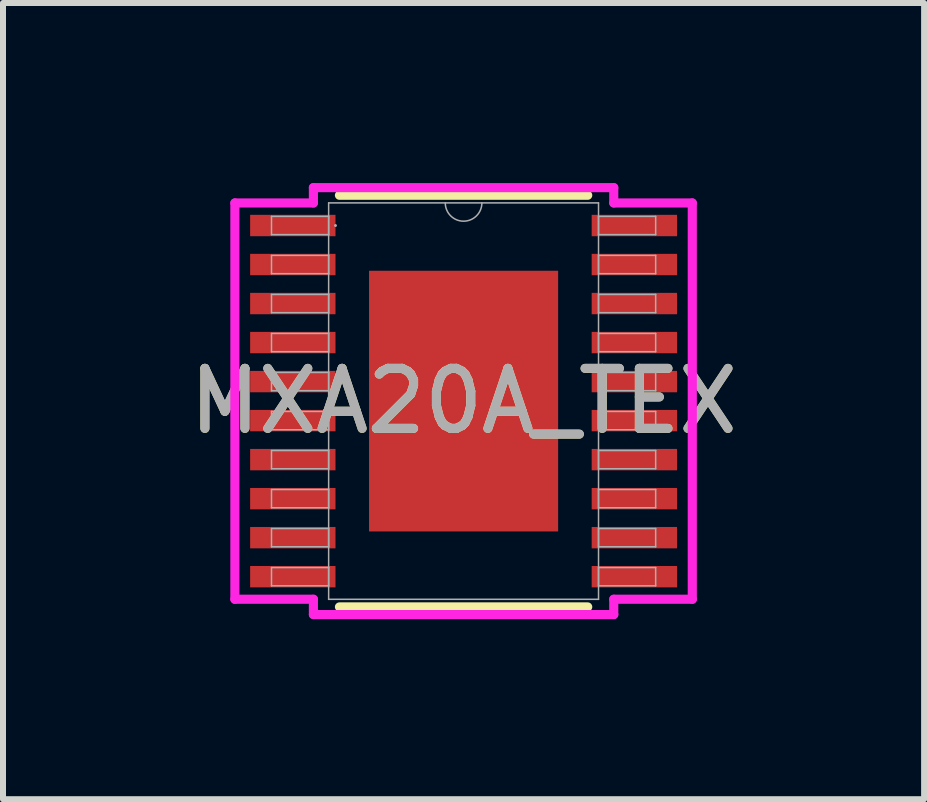
<source format=kicad_pcb>
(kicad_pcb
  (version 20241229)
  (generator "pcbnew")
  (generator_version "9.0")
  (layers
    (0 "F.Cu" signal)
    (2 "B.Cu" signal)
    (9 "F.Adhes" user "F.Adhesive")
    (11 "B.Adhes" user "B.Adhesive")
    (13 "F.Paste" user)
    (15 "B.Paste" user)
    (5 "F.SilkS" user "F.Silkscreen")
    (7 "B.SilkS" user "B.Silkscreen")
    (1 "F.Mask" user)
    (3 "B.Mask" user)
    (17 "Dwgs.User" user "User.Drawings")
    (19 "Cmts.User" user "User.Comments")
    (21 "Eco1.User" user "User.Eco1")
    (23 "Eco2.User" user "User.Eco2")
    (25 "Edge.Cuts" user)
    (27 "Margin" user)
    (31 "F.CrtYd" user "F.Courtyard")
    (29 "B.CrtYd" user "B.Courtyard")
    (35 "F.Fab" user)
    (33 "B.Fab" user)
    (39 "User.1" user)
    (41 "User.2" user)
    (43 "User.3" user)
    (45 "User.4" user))
  (footprint "MXA20A_TEX"
    (layer "F.Cu")
    (at 4.673 3.632)
    (property "Reference" "MXA20A_TEX" (at 0 0 0) (unlocked yes) (layer "F.SilkS") (effects (font (size 1 1) (thickness 0.15))))
    (attr smd)
    (fp_line (start -2.068 3.429) (end 2.068 3.429) (stroke (width 0.152) (type solid)) (layer "F.SilkS"))
    (fp_line (start 2.068 -3.429) (end -2.068 -3.429) (stroke (width 0.152) (type solid)) (layer "F.SilkS"))
    (fp_line (start -3.81 -3.301) (end -2.502 -3.301) (stroke (width 0.152) (type solid)) (layer "F.CrtYd"))
    (fp_line (start -3.81 3.301) (end -3.81 -3.301) (stroke (width 0.152) (type solid)) (layer "F.CrtYd"))
    (fp_line (start -3.81 3.301) (end -2.502 3.301) (stroke (width 0.152) (type solid)) (layer "F.CrtYd"))
    (fp_line (start -2.502 -3.556) (end 2.502 -3.556) (stroke (width 0.152) (type solid)) (layer "F.CrtYd"))
    (fp_line (start -2.502 -3.301) (end -2.502 -3.556) (stroke (width 0.152) (type solid)) (layer "F.CrtYd"))
    (fp_line (start -2.502 3.556) (end -2.502 3.301) (stroke (width 0.152) (type solid)) (layer "F.CrtYd"))
    (fp_line (start 2.502 -3.556) (end 2.502 -3.301) (stroke (width 0.152) (type solid)) (layer "F.CrtYd"))
    (fp_line (start 2.502 3.301) (end 2.502 3.556) (stroke (width 0.152) (type solid)) (layer "F.CrtYd"))
    (fp_line (start 2.502 3.556) (end -2.502 3.556) (stroke (width 0.152) (type solid)) (layer "F.CrtYd"))
    (fp_line (start 3.81 -3.301) (end 2.502 -3.301) (stroke (width 0.152) (type solid)) (layer "F.CrtYd"))
    (fp_line (start 3.81 -3.301) (end 3.81 3.301) (stroke (width 0.152) (type solid)) (layer "F.CrtYd"))
    (fp_line (start 3.81 3.301) (end 2.502 3.301) (stroke (width 0.152) (type solid)) (layer "F.CrtYd"))
    (fp_line (start -3.2 -3.077) (end -3.2 -2.773) (stroke (width 0.025) (type solid)) (layer "F.Fab"))
    (fp_line (start -3.2 -2.773) (end -2.248 -2.773) (stroke (width 0.025) (type solid)) (layer "F.Fab"))
    (fp_line (start -3.2 -2.427) (end -3.2 -2.123) (stroke (width 0.025) (type solid)) (layer "F.Fab"))
    (fp_line (start -3.2 -2.123) (end -2.248 -2.123) (stroke (width 0.025) (type solid)) (layer "F.Fab"))
    (fp_line (start -3.2 -1.777) (end -3.2 -1.473) (stroke (width 0.025) (type solid)) (layer "F.Fab"))
    (fp_line (start -3.2 -1.473) (end -2.248 -1.473) (stroke (width 0.025) (type solid)) (layer "F.Fab"))
    (fp_line (start -3.2 -1.127) (end -3.2 -0.823) (stroke (width 0.025) (type solid)) (layer "F.Fab"))
    (fp_line (start -3.2 -0.823) (end -2.248 -0.823) (stroke (width 0.025) (type solid)) (layer "F.Fab"))
    (fp_line (start -3.2 -0.477) (end -3.2 -0.173) (stroke (width 0.025) (type solid)) (layer "F.Fab"))
    (fp_line (start -3.2 -0.173) (end -2.248 -0.173) (stroke (width 0.025) (type solid)) (layer "F.Fab"))
    (fp_line (start -3.2 0.173) (end -3.2 0.477) (stroke (width 0.025) (type solid)) (layer "F.Fab"))
    (fp_line (start -3.2 0.477) (end -2.248 0.477) (stroke (width 0.025) (type solid)) (layer "F.Fab"))
    (fp_line (start -3.2 0.823) (end -3.2 1.127) (stroke (width 0.025) (type solid)) (layer "F.Fab"))
    (fp_line (start -3.2 1.127) (end -2.248 1.127) (stroke (width 0.025) (type solid)) (layer "F.Fab"))
    (fp_line (start -3.2 1.473) (end -3.2 1.777) (stroke (width 0.025) (type solid)) (layer "F.Fab"))
    (fp_line (start -3.2 1.777) (end -2.248 1.777) (stroke (width 0.025) (type solid)) (layer "F.Fab"))
    (fp_line (start -3.2 2.123) (end -3.2 2.427) (stroke (width 0.025) (type solid)) (layer "F.Fab"))
    (fp_line (start -3.2 2.427) (end -2.248 2.427) (stroke (width 0.025) (type solid)) (layer "F.Fab"))
    (fp_line (start -3.2 2.773) (end -3.2 3.077) (stroke (width 0.025) (type solid)) (layer "F.Fab"))
    (fp_line (start -3.2 3.077) (end -2.248 3.077) (stroke (width 0.025) (type solid)) (layer "F.Fab"))
    (fp_line (start -2.248 -3.302) (end -2.248 3.302) (stroke (width 0.025) (type solid)) (layer "F.Fab"))
    (fp_line (start -2.248 -3.077) (end -3.2 -3.077) (stroke (width 0.025) (type solid)) (layer "F.Fab"))
    (fp_line (start -2.248 -2.773) (end -2.248 -3.077) (stroke (width 0.025) (type solid)) (layer "F.Fab"))
    (fp_line (start -2.248 -2.427) (end -3.2 -2.427) (stroke (width 0.025) (type solid)) (layer "F.Fab"))
    (fp_line (start -2.248 -2.123) (end -2.248 -2.427) (stroke (width 0.025) (type solid)) (layer "F.Fab"))
    (fp_line (start -2.248 -1.777) (end -3.2 -1.777) (stroke (width 0.025) (type solid)) (layer "F.Fab"))
    (fp_line (start -2.248 -1.473) (end -2.248 -1.777) (stroke (width 0.025) (type solid)) (layer "F.Fab"))
    (fp_line (start -2.248 -1.127) (end -3.2 -1.127) (stroke (width 0.025) (type solid)) (layer "F.Fab"))
    (fp_line (start -2.248 -0.823) (end -2.248 -1.127) (stroke (width 0.025) (type solid)) (layer "F.Fab"))
    (fp_line (start -2.248 -0.477) (end -3.2 -0.477) (stroke (width 0.025) (type solid)) (layer "F.Fab"))
    (fp_line (start -2.248 -0.173) (end -2.248 -0.477) (stroke (width 0.025) (type solid)) (layer "F.Fab"))
    (fp_line (start -2.248 0.173) (end -3.2 0.173) (stroke (width 0.025) (type solid)) (layer "F.Fab"))
    (fp_line (start -2.248 0.477) (end -2.248 0.173) (stroke (width 0.025) (type solid)) (layer "F.Fab"))
    (fp_line (start -2.248 0.823) (end -3.2 0.823) (stroke (width 0.025) (type solid)) (layer "F.Fab"))
    (fp_line (start -2.248 1.127) (end -2.248 0.823) (stroke (width 0.025) (type solid)) (layer "F.Fab"))
    (fp_line (start -2.248 1.473) (end -3.2 1.473) (stroke (width 0.025) (type solid)) (layer "F.Fab"))
    (fp_line (start -2.248 1.777) (end -2.248 1.473) (stroke (width 0.025) (type solid)) (layer "F.Fab"))
    (fp_line (start -2.248 2.123) (end -3.2 2.123) (stroke (width 0.025) (type solid)) (layer "F.Fab"))
    (fp_line (start -2.248 2.427) (end -2.248 2.123) (stroke (width 0.025) (type solid)) (layer "F.Fab"))
    (fp_line (start -2.248 2.773) (end -3.2 2.773) (stroke (width 0.025) (type solid)) (layer "F.Fab"))
    (fp_line (start -2.248 3.077) (end -2.248 2.773) (stroke (width 0.025) (type solid)) (layer "F.Fab"))
    (fp_line (start -2.248 3.302) (end 2.248 3.302) (stroke (width 0.025) (type solid)) (layer "F.Fab"))
    (fp_line (start 2.248 -3.302) (end -2.248 -3.302) (stroke (width 0.025) (type solid)) (layer "F.Fab"))
    (fp_line (start 2.248 -3.077) (end 2.248 -2.773) (stroke (width 0.025) (type solid)) (layer "F.Fab"))
    (fp_line (start 2.248 -2.773) (end 3.2 -2.773) (stroke (width 0.025) (type solid)) (layer "F.Fab"))
    (fp_line (start 2.248 -2.427) (end 2.248 -2.123) (stroke (width 0.025) (type solid)) (layer "F.Fab"))
    (fp_line (start 2.248 -2.123) (end 3.2 -2.123) (stroke (width 0.025) (type solid)) (layer "F.Fab"))
    (fp_line (start 2.248 -1.777) (end 2.248 -1.473) (stroke (width 0.025) (type solid)) (layer "F.Fab"))
    (fp_line (start 2.248 -1.473) (end 3.2 -1.473) (stroke (width 0.025) (type solid)) (layer "F.Fab"))
    (fp_line (start 2.248 -1.127) (end 2.248 -0.823) (stroke (width 0.025) (type solid)) (layer "F.Fab"))
    (fp_line (start 2.248 -0.823) (end 3.2 -0.823) (stroke (width 0.025) (type solid)) (layer "F.Fab"))
    (fp_line (start 2.248 -0.477) (end 2.248 -0.173) (stroke (width 0.025) (type solid)) (layer "F.Fab"))
    (fp_line (start 2.248 -0.173) (end 3.2 -0.173) (stroke (width 0.025) (type solid)) (layer "F.Fab"))
    (fp_line (start 2.248 0.173) (end 2.248 0.477) (stroke (width 0.025) (type solid)) (layer "F.Fab"))
    (fp_line (start 2.248 0.477) (end 3.2 0.477) (stroke (width 0.025) (type solid)) (layer "F.Fab"))
    (fp_line (start 2.248 0.823) (end 2.248 1.127) (stroke (width 0.025) (type solid)) (layer "F.Fab"))
    (fp_line (start 2.248 1.127) (end 3.2 1.127) (stroke (width 0.025) (type solid)) (layer "F.Fab"))
    (fp_line (start 2.248 1.473) (end 2.248 1.777) (stroke (width 0.025) (type solid)) (layer "F.Fab"))
    (fp_line (start 2.248 1.777) (end 3.2 1.777) (stroke (width 0.025) (type solid)) (layer "F.Fab"))
    (fp_line (start 2.248 2.123) (end 2.248 2.427) (stroke (width 0.025) (type solid)) (layer "F.Fab"))
    (fp_line (start 2.248 2.427) (end 3.2 2.427) (stroke (width 0.025) (type solid)) (layer "F.Fab"))
    (fp_line (start 2.248 2.773) (end 2.248 3.077) (stroke (width 0.025) (type solid)) (layer "F.Fab"))
    (fp_line (start 2.248 3.077) (end 3.2 3.077) (stroke (width 0.025) (type solid)) (layer "F.Fab"))
    (fp_line (start 2.248 3.302) (end 2.248 -3.302) (stroke (width 0.025) (type solid)) (layer "F.Fab"))
    (fp_line (start 3.2 -3.077) (end 2.248 -3.077) (stroke (width 0.025) (type solid)) (layer "F.Fab"))
    (fp_line (start 3.2 -2.773) (end 3.2 -3.077) (stroke (width 0.025) (type solid)) (layer "F.Fab"))
    (fp_line (start 3.2 -2.427) (end 2.248 -2.427) (stroke (width 0.025) (type solid)) (layer "F.Fab"))
    (fp_line (start 3.2 -2.123) (end 3.2 -2.427) (stroke (width 0.025) (type solid)) (layer "F.Fab"))
    (fp_line (start 3.2 -1.777) (end 2.248 -1.777) (stroke (width 0.025) (type solid)) (layer "F.Fab"))
    (fp_line (start 3.2 -1.473) (end 3.2 -1.777) (stroke (width 0.025) (type solid)) (layer "F.Fab"))
    (fp_line (start 3.2 -1.127) (end 2.248 -1.127) (stroke (width 0.025) (type solid)) (layer "F.Fab"))
    (fp_line (start 3.2 -0.823) (end 3.2 -1.127) (stroke (width 0.025) (type solid)) (layer "F.Fab"))
    (fp_line (start 3.2 -0.477) (end 2.248 -0.477) (stroke (width 0.025) (type solid)) (layer "F.Fab"))
    (fp_line (start 3.2 -0.173) (end 3.2 -0.477) (stroke (width 0.025) (type solid)) (layer "F.Fab"))
    (fp_line (start 3.2 0.173) (end 2.248 0.173) (stroke (width 0.025) (type solid)) (layer "F.Fab"))
    (fp_line (start 3.2 0.477) (end 3.2 0.173) (stroke (width 0.025) (type solid)) (layer "F.Fab"))
    (fp_line (start 3.2 0.823) (end 2.248 0.823) (stroke (width 0.025) (type solid)) (layer "F.Fab"))
    (fp_line (start 3.2 1.127) (end 3.2 0.823) (stroke (width 0.025) (type solid)) (layer "F.Fab"))
    (fp_line (start 3.2 1.473) (end 2.248 1.473) (stroke (width 0.025) (type solid)) (layer "F.Fab"))
    (fp_line (start 3.2 1.777) (end 3.2 1.473) (stroke (width 0.025) (type solid)) (layer "F.Fab"))
    (fp_line (start 3.2 2.123) (end 2.248 2.123) (stroke (width 0.025) (type solid)) (layer "F.Fab"))
    (fp_line (start 3.2 2.427) (end 3.2 2.123) (stroke (width 0.025) (type solid)) (layer "F.Fab"))
    (fp_line (start 3.2 2.773) (end 2.248 2.773) (stroke (width 0.025) (type solid)) (layer "F.Fab"))
    (fp_line (start 3.2 3.077) (end 3.2 2.773) (stroke (width 0.025) (type solid)) (layer "F.Fab"))
    (fp_arc (start 0.3048 -3.302) (mid 0 -2.9972) (end -0.3048 -3.302) (stroke (width 0.0254) (type solid)) (layer "F.Fab"))
    (fp_circle (center -2.134 -2.925) (end -2.134 -2.925) (stroke (width 0.025) (type solid)) (fill no) (layer "F.Fab"))
    (fp_text user "${REFERENCE}" (at 0 0 0) (unlocked yes) (layer "F.Fab") (effects (font (size 1 1) (thickness 0.15))))
    (pad "1" smd rect (at -2.845 -2.925) (size 1.422 0.356) (layers "F.Cu" "F.Mask" "F.Paste"))
    (pad "2" smd rect (at -2.845 -2.275) (size 1.422 0.356) (layers "F.Cu" "F.Mask" "F.Paste"))
    (pad "3" smd rect (at -2.845 -1.625) (size 1.422 0.356) (layers "F.Cu" "F.Mask" "F.Paste"))
    (pad "4" smd rect (at -2.845 -0.975) (size 1.422 0.356) (layers "F.Cu" "F.Mask" "F.Paste"))
    (pad "5" smd rect (at -2.845 -0.325) (size 1.422 0.356) (layers "F.Cu" "F.Mask" "F.Paste"))
    (pad "6" smd rect (at -2.845 0.325) (size 1.422 0.356) (layers "F.Cu" "F.Mask" "F.Paste"))
    (pad "7" smd rect (at -2.845 0.975) (size 1.422 0.356) (layers "F.Cu" "F.Mask" "F.Paste"))
    (pad "8" smd rect (at -2.845 1.625) (size 1.422 0.356) (layers "F.Cu" "F.Mask" "F.Paste"))
    (pad "9" smd rect (at -2.845 2.275) (size 1.422 0.356) (layers "F.Cu" "F.Mask" "F.Paste"))
    (pad "10" smd rect (at -2.845 2.925) (size 1.422 0.356) (layers "F.Cu" "F.Mask" "F.Paste"))
    (pad "11" smd rect (at 2.845 2.925) (size 1.422 0.356) (layers "F.Cu" "F.Mask" "F.Paste"))
    (pad "12" smd rect (at 2.845 2.275) (size 1.422 0.356) (layers "F.Cu" "F.Mask" "F.Paste"))
    (pad "13" smd rect (at 2.845 1.625) (size 1.422 0.356) (layers "F.Cu" "F.Mask" "F.Paste"))
    (pad "14" smd rect (at 2.845 0.975) (size 1.422 0.356) (layers "F.Cu" "F.Mask" "F.Paste"))
    (pad "15" smd rect (at 2.845 0.325) (size 1.422 0.356) (layers "F.Cu" "F.Mask" "F.Paste"))
    (pad "16" smd rect (at 2.845 -0.325) (size 1.422 0.356) (layers "F.Cu" "F.Mask" "F.Paste"))
    (pad "17" smd rect (at 2.845 -0.975) (size 1.422 0.356) (layers "F.Cu" "F.Mask" "F.Paste"))
    (pad "18" smd rect (at 2.845 -1.625) (size 1.422 0.356) (layers "F.Cu" "F.Mask" "F.Paste"))
    (pad "19" smd rect (at 2.845 -2.275) (size 1.422 0.356) (layers "F.Cu" "F.Mask" "F.Paste"))
    (pad "20" smd rect (at 2.845 -2.925) (size 1.422 0.356) (layers "F.Cu" "F.Mask" "F.Paste"))
    (pad "21" smd rect (at 0 0) (size 3.15 4.343) (layers "F.Cu" "F.Mask" "F.Paste")))
  (gr_rect
    (start -3 -3)
    (end 12.345 10.264)
    (stroke (width 0.1) (type default))
    (fill no)
    (layer "Edge.Cuts")))
</source>
